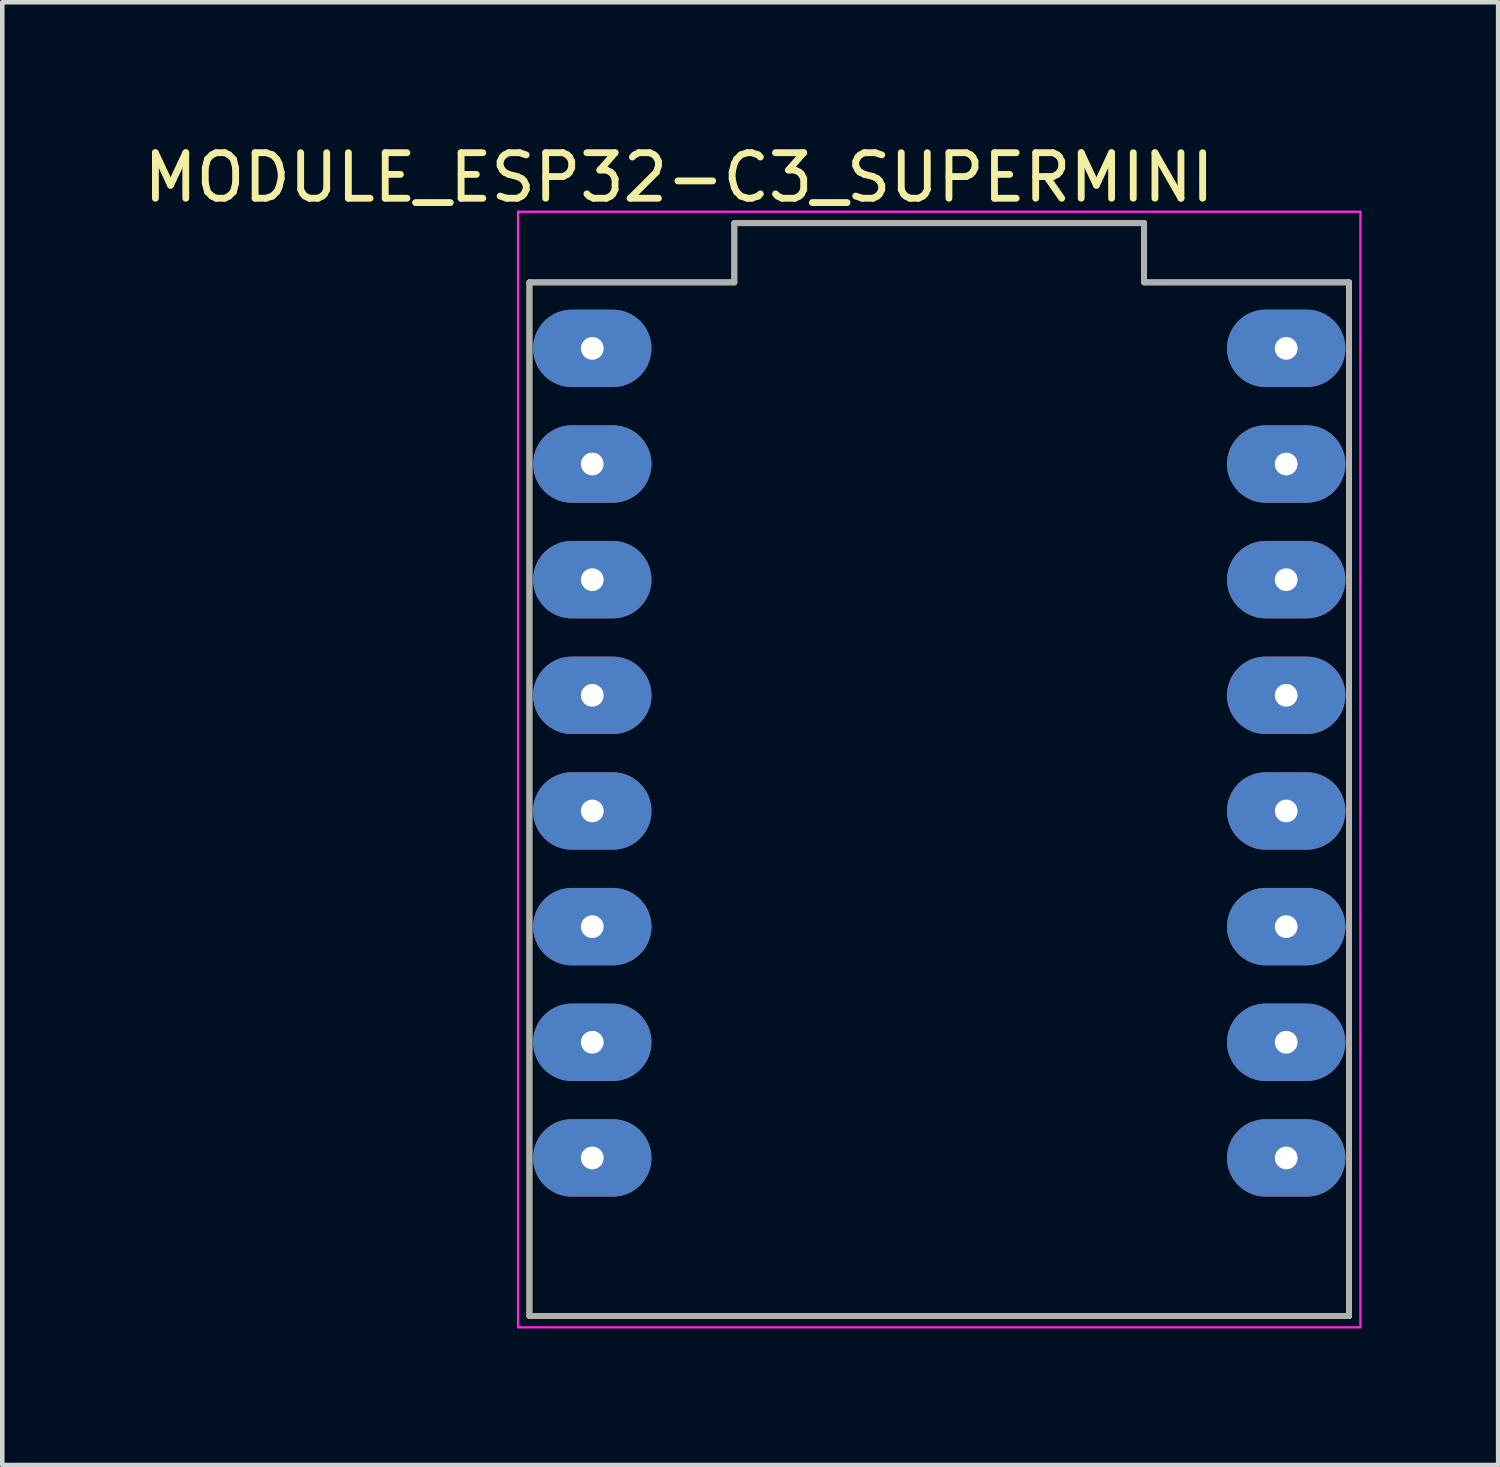
<source format=kicad_pcb>
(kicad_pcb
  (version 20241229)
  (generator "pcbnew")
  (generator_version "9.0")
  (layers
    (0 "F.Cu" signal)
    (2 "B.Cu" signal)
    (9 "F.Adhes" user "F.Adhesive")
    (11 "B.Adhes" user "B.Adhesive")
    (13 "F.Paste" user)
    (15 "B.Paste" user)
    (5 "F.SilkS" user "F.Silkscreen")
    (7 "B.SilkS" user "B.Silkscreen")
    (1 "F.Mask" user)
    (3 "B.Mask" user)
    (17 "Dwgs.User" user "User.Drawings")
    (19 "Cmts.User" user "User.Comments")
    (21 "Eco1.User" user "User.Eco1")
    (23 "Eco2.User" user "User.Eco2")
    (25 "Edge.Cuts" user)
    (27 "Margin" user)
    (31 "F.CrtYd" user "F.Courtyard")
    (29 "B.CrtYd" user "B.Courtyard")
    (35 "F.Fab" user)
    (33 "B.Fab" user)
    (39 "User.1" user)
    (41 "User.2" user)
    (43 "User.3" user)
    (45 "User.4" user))
  (footprint "MODULE_ESP32-C3_SUPERMINI"
    (layer "F.Cu")
    (at 17.578 14.501)
    (property "Reference" "MODULE_ESP32-C3_SUPERMINI" (at -5.715 -13.652 0) (layer "F.SilkS") (effects (font (size 1 1) (thickness 0.15))))
    (attr through_hole)
    (fp_line (start -9 11.35) (end -9 -11.35) (stroke (width 0.127) (type solid)) (layer "F.SilkS"))
    (fp_line (start -4.5 -12.65) (end -4.5 -11.35) (stroke (width 0.127) (type solid)) (layer "F.SilkS"))
    (fp_line (start -4.5 -11.35) (end -9 -11.35) (stroke (width 0.127) (type solid)) (layer "F.SilkS"))
    (fp_line (start 4.5 -12.65) (end -4.5 -12.65) (stroke (width 0.127) (type solid)) (layer "F.SilkS"))
    (fp_line (start 4.5 -12.65) (end 4.5 -11.35) (stroke (width 0.127) (type solid)) (layer "F.SilkS"))
    (fp_line (start 9 -11.35) (end 4.5 -11.35) (stroke (width 0.127) (type solid)) (layer "F.SilkS"))
    (fp_line (start 9 11.35) (end -9 11.35) (stroke (width 0.127) (type solid)) (layer "F.SilkS"))
    (fp_line (start 9 11.35) (end 9 -11.35) (stroke (width 0.127) (type solid)) (layer "F.SilkS"))
    (fp_line (start -9.25 -12.9) (end 9.25 -12.9) (stroke (width 0.05) (type solid)) (layer "F.CrtYd"))
    (fp_line (start -9.25 11.6) (end -9.25 -12.9) (stroke (width 0.05) (type solid)) (layer "F.CrtYd"))
    (fp_line (start 9.25 -12.9) (end 9.25 11.6) (stroke (width 0.05) (type solid)) (layer "F.CrtYd"))
    (fp_line (start 9.25 11.6) (end -9.25 11.6) (stroke (width 0.05) (type solid)) (layer "F.CrtYd"))
    (fp_line (start -9 11.35) (end -9 -11.35) (stroke (width 0.127) (type solid)) (layer "F.Fab"))
    (fp_line (start -4.5 -12.65) (end -4.5 -11.35) (stroke (width 0.127) (type solid)) (layer "F.Fab"))
    (fp_line (start -4.5 -11.35) (end -9 -11.35) (stroke (width 0.127) (type solid)) (layer "F.Fab"))
    (fp_line (start 4.5 -12.65) (end -4.5 -12.65) (stroke (width 0.127) (type solid)) (layer "F.Fab"))
    (fp_line (start 4.5 -12.65) (end 4.5 -11.35) (stroke (width 0.127) (type solid)) (layer "F.Fab"))
    (fp_line (start 9 -11.35) (end 4.5 -11.35) (stroke (width 0.127) (type solid)) (layer "F.Fab"))
    (fp_line (start 9 11.35) (end -9 11.35) (stroke (width 0.127) (type solid)) (layer "F.Fab"))
    (fp_line (start 9 11.35) (end 9 -11.35) (stroke (width 0.127) (type solid)) (layer "F.Fab"))
    (pad "0" thru_hole oval (at 7.62 7.88) (size 2.6 1.7) (drill 0.5) (layers "*.Cu" "*.Mask"))
    (pad "1" thru_hole oval (at 7.62 5.34) (size 2.6 1.7) (drill 0.5) (layers "*.Cu" "*.Mask"))
    (pad "2" thru_hole oval (at 7.62 2.8) (size 2.6 1.7) (drill 0.5) (layers "*.Cu" "*.Mask"))
    (pad "3" thru_hole oval (at 7.62 0.26) (size 2.6 1.7) (drill 0.5) (layers "*.Cu" "*.Mask"))
    (pad "3.3" thru_hole oval (at 7.62 -4.82) (size 2.6 1.7) (drill 0.5) (layers "*.Cu" "*.Mask"))
    (pad "4" thru_hole oval (at 7.62 -2.28) (size 2.6 1.7) (drill 0.5) (layers "*.Cu" "*.Mask"))
    (pad "5" thru_hole oval (at -7.62 -9.9) (size 2.6 1.7) (drill 0.5) (layers "*.Cu" "*.Mask"))
    (pad "5V" thru_hole oval (at 7.62 -9.9) (size 2.6 1.7) (drill 0.5) (layers "*.Cu" "*.Mask"))
    (pad "6" thru_hole oval (at -7.62 -7.36) (size 2.6 1.7) (drill 0.5) (layers "*.Cu" "*.Mask"))
    (pad "7" thru_hole oval (at -7.62 -4.82) (size 2.6 1.7) (drill 0.5) (layers "*.Cu" "*.Mask"))
    (pad "8" thru_hole oval (at -7.62 -2.28) (size 2.6 1.7) (drill 0.5) (layers "*.Cu" "*.Mask"))
    (pad "9" thru_hole oval (at -7.62 0.26) (size 2.6 1.7) (drill 0.5) (layers "*.Cu" "*.Mask"))
    (pad "10" thru_hole oval (at -7.62 2.8) (size 2.6 1.7) (drill 0.5) (layers "*.Cu" "*.Mask"))
    (pad "20" thru_hole oval (at -7.62 5.34) (size 2.6 1.7) (drill 0.5) (layers "*.Cu" "*.Mask"))
    (pad "21" thru_hole oval (at -7.62 7.88) (size 2.6 1.7) (drill 0.5) (layers "*.Cu" "*.Mask"))
    (pad "G" thru_hole oval (at 7.62 -7.36) (size 2.6 1.7) (drill 0.5) (layers "*.Cu" "*.Mask")))
  (gr_rect
    (start -3 -3)
    (end 29.853 29.126)
    (stroke (width 0.1) (type default))
    (fill no)
    (layer "Edge.Cuts")))
</source>
